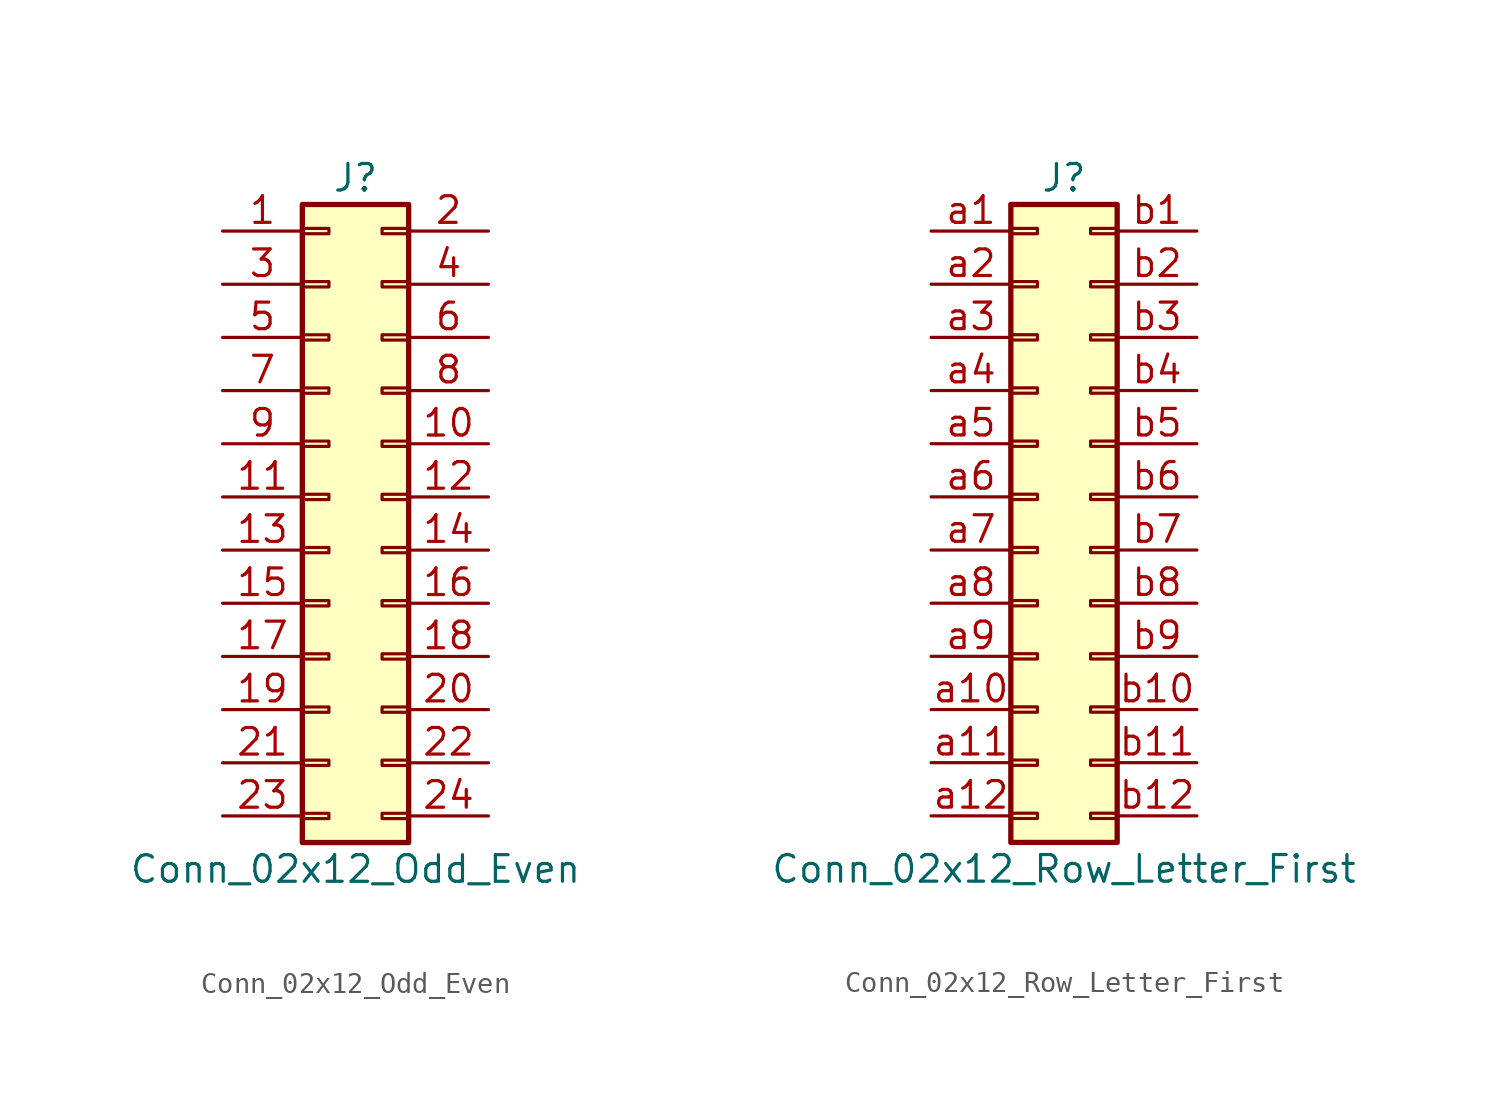
<source format=kicad_sym>
(kicad_symbol_lib
  (version 20220914)
  (generator kicad_symbol_editor)
  (symbol "Conn_02x12_Odd_Even"
    (pin_names
      (offset 1.016) hide)
    (property "Reference" "J"
      (at 1.27 15.24 0)
      (effects (font (size 1.27 1.27))))
    (property "Value" "Conn_02x12_Odd_Even"
      (at 1.27 -17.78 0)
      (effects (font (size 1.27 1.27))))
    (symbol "Conn_02x12_Odd_Even_1_1"
      (rectangle (start -1.27 -15.113) (end 0 -15.367) (stroke (width 0.152) (type default)) (fill (type none)))
      (rectangle (start -1.27 -12.573) (end 0 -12.827) (stroke (width 0.152) (type default)) (fill (type none)))
      (rectangle (start -1.27 -10.033) (end 0 -10.287) (stroke (width 0.152) (type default)) (fill (type none)))
      (rectangle (start -1.27 -7.493) (end 0 -7.747) (stroke (width 0.152) (type default)) (fill (type none)))
      (rectangle (start -1.27 -4.953) (end 0 -5.207) (stroke (width 0.152) (type default)) (fill (type none)))
      (rectangle (start -1.27 -2.413) (end 0 -2.667) (stroke (width 0.152) (type default)) (fill (type none)))
      (rectangle (start -1.27 0.127) (end 0 -0.127) (stroke (width 0.152) (type default)) (fill (type none)))
      (rectangle (start -1.27 2.667) (end 0 2.413) (stroke (width 0.152) (type default)) (fill (type none)))
      (rectangle (start -1.27 5.207) (end 0 4.953) (stroke (width 0.152) (type default)) (fill (type none)))
      (rectangle (start -1.27 7.747) (end 0 7.493) (stroke (width 0.152) (type default)) (fill (type none)))
      (rectangle (start -1.27 10.287) (end 0 10.033) (stroke (width 0.152) (type default)) (fill (type none)))
      (rectangle (start -1.27 12.827) (end 0 12.573) (stroke (width 0.152) (type default)) (fill (type none)))
      (rectangle (start -1.27 13.97) (end 3.81 -16.51) (stroke (width 0.254) (type default)) (fill (type background)))
      (rectangle (start 3.81 -15.113) (end 2.54 -15.367) (stroke (width 0.152) (type default)) (fill (type none)))
      (rectangle (start 3.81 -12.573) (end 2.54 -12.827) (stroke (width 0.152) (type default)) (fill (type none)))
      (rectangle (start 3.81 -10.033) (end 2.54 -10.287) (stroke (width 0.152) (type default)) (fill (type none)))
      (rectangle (start 3.81 -7.493) (end 2.54 -7.747) (stroke (width 0.152) (type default)) (fill (type none)))
      (rectangle (start 3.81 -4.953) (end 2.54 -5.207) (stroke (width 0.152) (type default)) (fill (type none)))
      (rectangle (start 3.81 -2.413) (end 2.54 -2.667) (stroke (width 0.152) (type default)) (fill (type none)))
      (rectangle (start 3.81 0.127) (end 2.54 -0.127) (stroke (width 0.152) (type default)) (fill (type none)))
      (rectangle (start 3.81 2.667) (end 2.54 2.413) (stroke (width 0.152) (type default)) (fill (type none)))
      (rectangle (start 3.81 5.207) (end 2.54 4.953) (stroke (width 0.152) (type default)) (fill (type none)))
      (rectangle (start 3.81 7.747) (end 2.54 7.493) (stroke (width 0.152) (type default)) (fill (type none)))
      (rectangle (start 3.81 10.287) (end 2.54 10.033) (stroke (width 0.152) (type default)) (fill (type none)))
      (rectangle (start 3.81 12.827) (end 2.54 12.573) (stroke (width 0.152) (type default)) (fill (type none)))
      (pin passive line (at -5.08 12.7 0) (length 3.81) (name "Pin_1" (effects (font (size 1.27 1.27)))) (number "1" (effects (font (size 1.27 1.27)))))
      (pin passive line (at 7.62 2.54 180) (length 3.81) (name "Pin_10" (effects (font (size 1.27 1.27)))) (number "10" (effects (font (size 1.27 1.27)))))
      (pin passive line (at -5.08 0 0) (length 3.81) (name "Pin_11" (effects (font (size 1.27 1.27)))) (number "11" (effects (font (size 1.27 1.27)))))
      (pin passive line (at 7.62 0 180) (length 3.81) (name "Pin_12" (effects (font (size 1.27 1.27)))) (number "12" (effects (font (size 1.27 1.27)))))
      (pin passive line (at -5.08 -2.54 0) (length 3.81) (name "Pin_13" (effects (font (size 1.27 1.27)))) (number "13" (effects (font (size 1.27 1.27)))))
      (pin passive line (at 7.62 -2.54 180) (length 3.81) (name "Pin_14" (effects (font (size 1.27 1.27)))) (number "14" (effects (font (size 1.27 1.27)))))
      (pin passive line (at -5.08 -5.08 0) (length 3.81) (name "Pin_15" (effects (font (size 1.27 1.27)))) (number "15" (effects (font (size 1.27 1.27)))))
      (pin passive line (at 7.62 -5.08 180) (length 3.81) (name "Pin_16" (effects (font (size 1.27 1.27)))) (number "16" (effects (font (size 1.27 1.27)))))
      (pin passive line (at -5.08 -7.62 0) (length 3.81) (name "Pin_17" (effects (font (size 1.27 1.27)))) (number "17" (effects (font (size 1.27 1.27)))))
      (pin passive line (at 7.62 -7.62 180) (length 3.81) (name "Pin_18" (effects (font (size 1.27 1.27)))) (number "18" (effects (font (size 1.27 1.27)))))
      (pin passive line (at -5.08 -10.16 0) (length 3.81) (name "Pin_19" (effects (font (size 1.27 1.27)))) (number "19" (effects (font (size 1.27 1.27)))))
      (pin passive line (at 7.62 12.7 180) (length 3.81) (name "Pin_2" (effects (font (size 1.27 1.27)))) (number "2" (effects (font (size 1.27 1.27)))))
      (pin passive line (at 7.62 -10.16 180) (length 3.81) (name "Pin_20" (effects (font (size 1.27 1.27)))) (number "20" (effects (font (size 1.27 1.27)))))
      (pin passive line (at -5.08 -12.7 0) (length 3.81) (name "Pin_21" (effects (font (size 1.27 1.27)))) (number "21" (effects (font (size 1.27 1.27)))))
      (pin passive line (at 7.62 -12.7 180) (length 3.81) (name "Pin_22" (effects (font (size 1.27 1.27)))) (number "22" (effects (font (size 1.27 1.27)))))
      (pin passive line (at -5.08 -15.24 0) (length 3.81) (name "Pin_23" (effects (font (size 1.27 1.27)))) (number "23" (effects (font (size 1.27 1.27)))))
      (pin passive line (at 7.62 -15.24 180) (length 3.81) (name "Pin_24" (effects (font (size 1.27 1.27)))) (number "24" (effects (font (size 1.27 1.27)))))
      (pin passive line (at -5.08 10.16 0) (length 3.81) (name "Pin_3" (effects (font (size 1.27 1.27)))) (number "3" (effects (font (size 1.27 1.27)))))
      (pin passive line (at 7.62 10.16 180) (length 3.81) (name "Pin_4" (effects (font (size 1.27 1.27)))) (number "4" (effects (font (size 1.27 1.27)))))
      (pin passive line (at -5.08 7.62 0) (length 3.81) (name "Pin_5" (effects (font (size 1.27 1.27)))) (number "5" (effects (font (size 1.27 1.27)))))
      (pin passive line (at 7.62 7.62 180) (length 3.81) (name "Pin_6" (effects (font (size 1.27 1.27)))) (number "6" (effects (font (size 1.27 1.27)))))
      (pin passive line (at -5.08 5.08 0) (length 3.81) (name "Pin_7" (effects (font (size 1.27 1.27)))) (number "7" (effects (font (size 1.27 1.27)))))
      (pin passive line (at 7.62 5.08 180) (length 3.81) (name "Pin_8" (effects (font (size 1.27 1.27)))) (number "8" (effects (font (size 1.27 1.27)))))
      (pin passive line (at -5.08 2.54 0) (length 3.81) (name "Pin_9" (effects (font (size 1.27 1.27)))) (number "9" (effects (font (size 1.27 1.27)))))))
  (symbol "Conn_02x12_Row_Letter_First"
    (pin_names
      (offset 1.016) hide)
    (property "Reference" "J"
      (at 1.27 15.24 0)
      (effects (font (size 1.27 1.27))))
    (property "Value" "Conn_02x12_Row_Letter_First"
      (at 1.27 -17.78 0)
      (effects (font (size 1.27 1.27))))
    (symbol "Conn_02x12_Row_Letter_First_1_1"
      (rectangle (start -1.27 -15.113) (end 0 -15.367) (stroke (width 0.152) (type default)) (fill (type none)))
      (rectangle (start -1.27 -12.573) (end 0 -12.827) (stroke (width 0.152) (type default)) (fill (type none)))
      (rectangle (start -1.27 -10.033) (end 0 -10.287) (stroke (width 0.152) (type default)) (fill (type none)))
      (rectangle (start -1.27 -7.493) (end 0 -7.747) (stroke (width 0.152) (type default)) (fill (type none)))
      (rectangle (start -1.27 -4.953) (end 0 -5.207) (stroke (width 0.152) (type default)) (fill (type none)))
      (rectangle (start -1.27 -2.413) (end 0 -2.667) (stroke (width 0.152) (type default)) (fill (type none)))
      (rectangle (start -1.27 0.127) (end 0 -0.127) (stroke (width 0.152) (type default)) (fill (type none)))
      (rectangle (start -1.27 2.667) (end 0 2.413) (stroke (width 0.152) (type default)) (fill (type none)))
      (rectangle (start -1.27 5.207) (end 0 4.953) (stroke (width 0.152) (type default)) (fill (type none)))
      (rectangle (start -1.27 7.747) (end 0 7.493) (stroke (width 0.152) (type default)) (fill (type none)))
      (rectangle (start -1.27 10.287) (end 0 10.033) (stroke (width 0.152) (type default)) (fill (type none)))
      (rectangle (start -1.27 12.827) (end 0 12.573) (stroke (width 0.152) (type default)) (fill (type none)))
      (rectangle (start -1.27 13.97) (end 3.81 -16.51) (stroke (width 0.254) (type default)) (fill (type background)))
      (rectangle (start 3.81 -15.113) (end 2.54 -15.367) (stroke (width 0.152) (type default)) (fill (type none)))
      (rectangle (start 3.81 -12.573) (end 2.54 -12.827) (stroke (width 0.152) (type default)) (fill (type none)))
      (rectangle (start 3.81 -10.033) (end 2.54 -10.287) (stroke (width 0.152) (type default)) (fill (type none)))
      (rectangle (start 3.81 -7.493) (end 2.54 -7.747) (stroke (width 0.152) (type default)) (fill (type none)))
      (rectangle (start 3.81 -4.953) (end 2.54 -5.207) (stroke (width 0.152) (type default)) (fill (type none)))
      (rectangle (start 3.81 -2.413) (end 2.54 -2.667) (stroke (width 0.152) (type default)) (fill (type none)))
      (rectangle (start 3.81 0.127) (end 2.54 -0.127) (stroke (width 0.152) (type default)) (fill (type none)))
      (rectangle (start 3.81 2.667) (end 2.54 2.413) (stroke (width 0.152) (type default)) (fill (type none)))
      (rectangle (start 3.81 5.207) (end 2.54 4.953) (stroke (width 0.152) (type default)) (fill (type none)))
      (rectangle (start 3.81 7.747) (end 2.54 7.493) (stroke (width 0.152) (type default)) (fill (type none)))
      (rectangle (start 3.81 10.287) (end 2.54 10.033) (stroke (width 0.152) (type default)) (fill (type none)))
      (rectangle (start 3.81 12.827) (end 2.54 12.573) (stroke (width 0.152) (type default)) (fill (type none)))
      (pin passive line (at -5.08 12.7 0) (length 3.81) (name "Pin_a1" (effects (font (size 1.27 1.27)))) (number "a1" (effects (font (size 1.27 1.27)))))
      (pin passive line (at -5.08 -10.16 0) (length 3.81) (name "Pin_a10" (effects (font (size 1.27 1.27)))) (number "a10" (effects (font (size 1.27 1.27)))))
      (pin passive line (at -5.08 -12.7 0) (length 3.81) (name "Pin_a11" (effects (font (size 1.27 1.27)))) (number "a11" (effects (font (size 1.27 1.27)))))
      (pin passive line (at -5.08 -15.24 0) (length 3.81) (name "Pin_a12" (effects (font (size 1.27 1.27)))) (number "a12" (effects (font (size 1.27 1.27)))))
      (pin passive line (at -5.08 10.16 0) (length 3.81) (name "Pin_a2" (effects (font (size 1.27 1.27)))) (number "a2" (effects (font (size 1.27 1.27)))))
      (pin passive line (at -5.08 7.62 0) (length 3.81) (name "Pin_a3" (effects (font (size 1.27 1.27)))) (number "a3" (effects (font (size 1.27 1.27)))))
      (pin passive line (at -5.08 5.08 0) (length 3.81) (name "Pin_a4" (effects (font (size 1.27 1.27)))) (number "a4" (effects (font (size 1.27 1.27)))))
      (pin passive line (at -5.08 2.54 0) (length 3.81) (name "Pin_a5" (effects (font (size 1.27 1.27)))) (number "a5" (effects (font (size 1.27 1.27)))))
      (pin passive line (at -5.08 0 0) (length 3.81) (name "Pin_a6" (effects (font (size 1.27 1.27)))) (number "a6" (effects (font (size 1.27 1.27)))))
      (pin passive line (at -5.08 -2.54 0) (length 3.81) (name "Pin_a7" (effects (font (size 1.27 1.27)))) (number "a7" (effects (font (size 1.27 1.27)))))
      (pin passive line (at -5.08 -5.08 0) (length 3.81) (name "Pin_a8" (effects (font (size 1.27 1.27)))) (number "a8" (effects (font (size 1.27 1.27)))))
      (pin passive line (at -5.08 -7.62 0) (length 3.81) (name "Pin_a9" (effects (font (size 1.27 1.27)))) (number "a9" (effects (font (size 1.27 1.27)))))
      (pin passive line (at 7.62 12.7 180) (length 3.81) (name "Pin_b1" (effects (font (size 1.27 1.27)))) (number "b1" (effects (font (size 1.27 1.27)))))
      (pin passive line (at 7.62 -10.16 180) (length 3.81) (name "Pin_b10" (effects (font (size 1.27 1.27)))) (number "b10" (effects (font (size 1.27 1.27)))))
      (pin passive line (at 7.62 -12.7 180) (length 3.81) (name "Pin_b11" (effects (font (size 1.27 1.27)))) (number "b11" (effects (font (size 1.27 1.27)))))
      (pin passive line (at 7.62 -15.24 180) (length 3.81) (name "Pin_b12" (effects (font (size 1.27 1.27)))) (number "b12" (effects (font (size 1.27 1.27)))))
      (pin passive line (at 7.62 10.16 180) (length 3.81) (name "Pin_b2" (effects (font (size 1.27 1.27)))) (number "b2" (effects (font (size 1.27 1.27)))))
      (pin passive line (at 7.62 7.62 180) (length 3.81) (name "Pin_b3" (effects (font (size 1.27 1.27)))) (number "b3" (effects (font (size 1.27 1.27)))))
      (pin passive line (at 7.62 5.08 180) (length 3.81) (name "Pin_b4" (effects (font (size 1.27 1.27)))) (number "b4" (effects (font (size 1.27 1.27)))))
      (pin passive line (at 7.62 2.54 180) (length 3.81) (name "Pin_b5" (effects (font (size 1.27 1.27)))) (number "b5" (effects (font (size 1.27 1.27)))))
      (pin passive line (at 7.62 0 180) (length 3.81) (name "Pin_b6" (effects (font (size 1.27 1.27)))) (number "b6" (effects (font (size 1.27 1.27)))))
      (pin passive line (at 7.62 -2.54 180) (length 3.81) (name "Pin_b7" (effects (font (size 1.27 1.27)))) (number "b7" (effects (font (size 1.27 1.27)))))
      (pin passive line (at 7.62 -5.08 180) (length 3.81) (name "Pin_b8" (effects (font (size 1.27 1.27)))) (number "b8" (effects (font (size 1.27 1.27)))))
      (pin passive line (at 7.62 -7.62 180) (length 3.81) (name "Pin_b9" (effects (font (size 1.27 1.27)))) (number "b9" (effects (font (size 1.27 1.27))))))))
</source>
